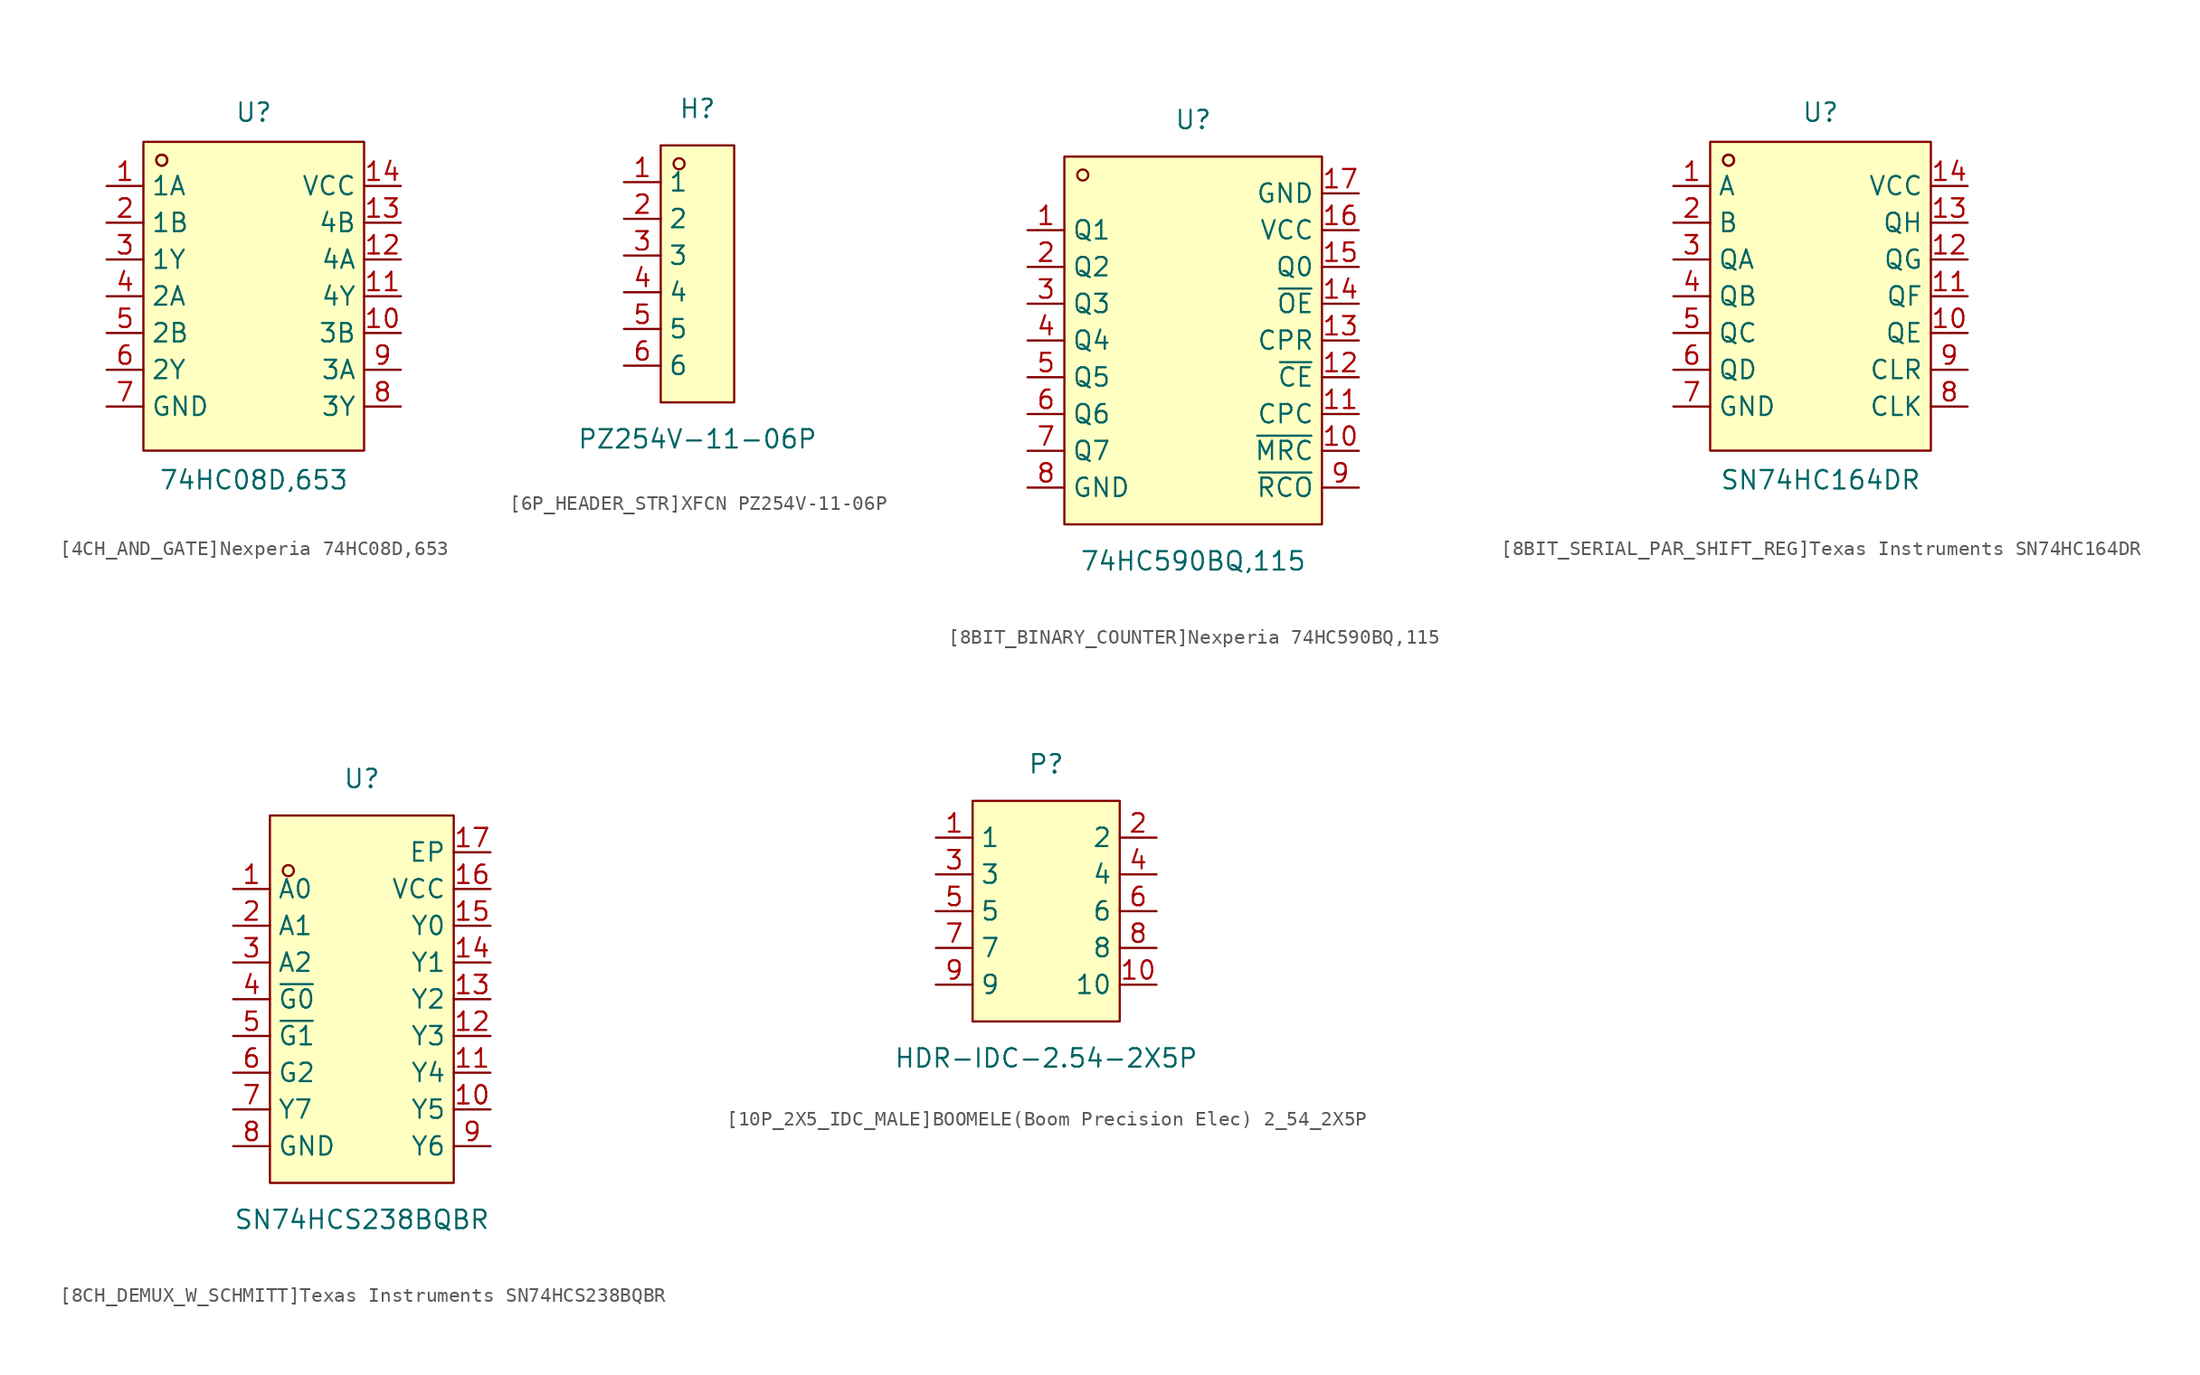
<source format=kicad_sym>
(kicad_symbol_lib
  (version 20220914)
  (generator kicad_symbol_editor)
  (symbol "[4CH_AND_GATE]Nexperia 74HC08D,653"
    (property "Reference" "U"
      (at 0 12.7 0)
      (effects (font (size 1.27 1.27))))
    (property "Value" "74HC08D,653"
      (at 0 -12.7 0)
      (effects (font (size 1.27 1.27))))
    (symbol "[4CH_AND_GATE]Nexperia 74HC08D,653_0_1"
      (rectangle (start -7.62 10.67) (end 7.62 -10.67) (stroke (width 0) (type default)) (fill (type background)))
      (circle (center -6.35 9.4) (radius 0.38) (stroke (width 0) (type default)) (fill (type none)))
      (circle (center -6.35 9.4) (radius 0.38) (stroke (width 0) (type default)) (fill (type none)))
      (pin unspecified line (at -10.16 7.62 0) (length 2.54) (name "1A" (effects (font (size 1.27 1.27)))) (number "1" (effects (font (size 1.27 1.27)))))
      (pin unspecified line (at 10.16 -2.54 180) (length 2.54) (name "3B" (effects (font (size 1.27 1.27)))) (number "10" (effects (font (size 1.27 1.27)))))
      (pin unspecified line (at 10.16 0 180) (length 2.54) (name "4Y" (effects (font (size 1.27 1.27)))) (number "11" (effects (font (size 1.27 1.27)))))
      (pin unspecified line (at 10.16 2.54 180) (length 2.54) (name "4A" (effects (font (size 1.27 1.27)))) (number "12" (effects (font (size 1.27 1.27)))))
      (pin unspecified line (at 10.16 5.08 180) (length 2.54) (name "4B" (effects (font (size 1.27 1.27)))) (number "13" (effects (font (size 1.27 1.27)))))
      (pin unspecified line (at 10.16 7.62 180) (length 2.54) (name "VCC" (effects (font (size 1.27 1.27)))) (number "14" (effects (font (size 1.27 1.27)))))
      (pin unspecified line (at -10.16 5.08 0) (length 2.54) (name "1B" (effects (font (size 1.27 1.27)))) (number "2" (effects (font (size 1.27 1.27)))))
      (pin unspecified line (at -10.16 2.54 0) (length 2.54) (name "1Y" (effects (font (size 1.27 1.27)))) (number "3" (effects (font (size 1.27 1.27)))))
      (pin unspecified line (at -10.16 0 0) (length 2.54) (name "2A" (effects (font (size 1.27 1.27)))) (number "4" (effects (font (size 1.27 1.27)))))
      (pin unspecified line (at -10.16 -2.54 0) (length 2.54) (name "2B" (effects (font (size 1.27 1.27)))) (number "5" (effects (font (size 1.27 1.27)))))
      (pin unspecified line (at -10.16 -5.08 0) (length 2.54) (name "2Y" (effects (font (size 1.27 1.27)))) (number "6" (effects (font (size 1.27 1.27)))))
      (pin unspecified line (at -10.16 -7.62 0) (length 2.54) (name "GND" (effects (font (size 1.27 1.27)))) (number "7" (effects (font (size 1.27 1.27)))))
      (pin unspecified line (at 10.16 -7.62 180) (length 2.54) (name "3Y" (effects (font (size 1.27 1.27)))) (number "8" (effects (font (size 1.27 1.27)))))
      (pin unspecified line (at 10.16 -5.08 180) (length 2.54) (name "3A" (effects (font (size 1.27 1.27)))) (number "9" (effects (font (size 1.27 1.27)))))))
  (symbol "[6P_HEADER_STR]XFCN PZ254V-11-06P"
    (property "Reference" "H"
      (at 0 11.43 0)
      (effects (font (size 1.27 1.27))))
    (property "Value" "PZ254V-11-06P"
      (at 0 -11.43 0)
      (effects (font (size 1.27 1.27))))
    (symbol "[6P_HEADER_STR]XFCN PZ254V-11-06P_0_1"
      (rectangle (start -2.54 8.89) (end 2.54 -8.89) (stroke (width 0) (type default)) (fill (type background)))
      (circle (center -1.27 7.62) (radius 0.38) (stroke (width 0) (type default)) (fill (type none)))
      (pin unspecified line (at -5.08 6.35 0) (length 2.54) (name "1" (effects (font (size 1.27 1.27)))) (number "1" (effects (font (size 1.27 1.27)))))
      (pin unspecified line (at -5.08 3.81 0) (length 2.54) (name "2" (effects (font (size 1.27 1.27)))) (number "2" (effects (font (size 1.27 1.27)))))
      (pin unspecified line (at -5.08 1.27 0) (length 2.54) (name "3" (effects (font (size 1.27 1.27)))) (number "3" (effects (font (size 1.27 1.27)))))
      (pin unspecified line (at -5.08 -1.27 0) (length 2.54) (name "4" (effects (font (size 1.27 1.27)))) (number "4" (effects (font (size 1.27 1.27)))))
      (pin unspecified line (at -5.08 -3.81 0) (length 2.54) (name "5" (effects (font (size 1.27 1.27)))) (number "5" (effects (font (size 1.27 1.27)))))
      (pin unspecified line (at -5.08 -6.35 0) (length 2.54) (name "6" (effects (font (size 1.27 1.27)))) (number "6" (effects (font (size 1.27 1.27)))))))
  (symbol "[8BIT_BINARY_COUNTER]Nexperia 74HC590BQ,115"
    (property "Reference" "U"
      (at 0 15.24 0)
      (effects (font (size 1.27 1.27))))
    (property "Value" "74HC590BQ,115"
      (at 0 -15.24 0)
      (effects (font (size 1.27 1.27))))
    (symbol "[8BIT_BINARY_COUNTER]Nexperia 74HC590BQ,115_0_1"
      (rectangle (start -8.89 12.7) (end 8.89 -12.7) (stroke (width 0) (type default)) (fill (type background)))
      (circle (center -7.62 11.43) (radius 0.38) (stroke (width 0) (type default)) (fill (type none)))
      (pin unspecified line (at -11.43 7.62 0) (length 2.54) (name "Q1" (effects (font (size 1.27 1.27)))) (number "1" (effects (font (size 1.27 1.27)))))
      (pin unspecified line (at 11.43 -7.62 180) (length 2.54) (name "~{MRC}" (effects (font (size 1.27 1.27)))) (number "10" (effects (font (size 1.27 1.27)))))
      (pin unspecified line (at 11.43 -5.08 180) (length 2.54) (name "CPC" (effects (font (size 1.27 1.27)))) (number "11" (effects (font (size 1.27 1.27)))))
      (pin unspecified line (at 11.43 -2.54 180) (length 2.54) (name "~{CE}" (effects (font (size 1.27 1.27)))) (number "12" (effects (font (size 1.27 1.27)))))
      (pin unspecified line (at 11.43 0 180) (length 2.54) (name "CPR" (effects (font (size 1.27 1.27)))) (number "13" (effects (font (size 1.27 1.27)))))
      (pin unspecified line (at 11.43 2.54 180) (length 2.54) (name "~{OE}" (effects (font (size 1.27 1.27)))) (number "14" (effects (font (size 1.27 1.27)))))
      (pin unspecified line (at 11.43 5.08 180) (length 2.54) (name "Q0" (effects (font (size 1.27 1.27)))) (number "15" (effects (font (size 1.27 1.27)))))
      (pin unspecified line (at 11.43 7.62 180) (length 2.54) (name "VCC" (effects (font (size 1.27 1.27)))) (number "16" (effects (font (size 1.27 1.27)))))
      (pin unspecified line (at 11.43 10.16 180) (length 2.54) (name "GND" (effects (font (size 1.27 1.27)))) (number "17" (effects (font (size 1.27 1.27)))))
      (pin unspecified line (at -11.43 5.08 0) (length 2.54) (name "Q2" (effects (font (size 1.27 1.27)))) (number "2" (effects (font (size 1.27 1.27)))))
      (pin unspecified line (at -11.43 2.54 0) (length 2.54) (name "Q3" (effects (font (size 1.27 1.27)))) (number "3" (effects (font (size 1.27 1.27)))))
      (pin unspecified line (at -11.43 0 0) (length 2.54) (name "Q4" (effects (font (size 1.27 1.27)))) (number "4" (effects (font (size 1.27 1.27)))))
      (pin unspecified line (at -11.43 -2.54 0) (length 2.54) (name "Q5" (effects (font (size 1.27 1.27)))) (number "5" (effects (font (size 1.27 1.27)))))
      (pin unspecified line (at -11.43 -5.08 0) (length 2.54) (name "Q6" (effects (font (size 1.27 1.27)))) (number "6" (effects (font (size 1.27 1.27)))))
      (pin unspecified line (at -11.43 -7.62 0) (length 2.54) (name "Q7" (effects (font (size 1.27 1.27)))) (number "7" (effects (font (size 1.27 1.27)))))
      (pin unspecified line (at -11.43 -10.16 0) (length 2.54) (name "GND" (effects (font (size 1.27 1.27)))) (number "8" (effects (font (size 1.27 1.27)))))
      (pin unspecified line (at 11.43 -10.16 180) (length 2.54) (name "~{RCO}" (effects (font (size 1.27 1.27)))) (number "9" (effects (font (size 1.27 1.27)))))))
  (symbol "[8BIT_SERIAL_PAR_SHIFT_REG]Texas Instruments SN74HC164DR"
    (property "Reference" "U"
      (at 0 12.7 0)
      (effects (font (size 1.27 1.27))))
    (property "Value" "SN74HC164DR"
      (at 0 -12.7 0)
      (effects (font (size 1.27 1.27))))
    (symbol "[8BIT_SERIAL_PAR_SHIFT_REG]Texas Instruments SN74HC164DR_0_1"
      (rectangle (start -7.62 10.67) (end 7.62 -10.67) (stroke (width 0) (type default)) (fill (type background)))
      (circle (center -6.35 9.4) (radius 0.38) (stroke (width 0) (type default)) (fill (type none)))
      (circle (center -6.35 9.4) (radius 0.38) (stroke (width 0) (type default)) (fill (type none)))
      (pin unspecified line (at -10.16 7.62 0) (length 2.54) (name "A" (effects (font (size 1.27 1.27)))) (number "1" (effects (font (size 1.27 1.27)))))
      (pin unspecified line (at 10.16 -2.54 180) (length 2.54) (name "QE" (effects (font (size 1.27 1.27)))) (number "10" (effects (font (size 1.27 1.27)))))
      (pin unspecified line (at 10.16 0 180) (length 2.54) (name "QF" (effects (font (size 1.27 1.27)))) (number "11" (effects (font (size 1.27 1.27)))))
      (pin unspecified line (at 10.16 2.54 180) (length 2.54) (name "QG" (effects (font (size 1.27 1.27)))) (number "12" (effects (font (size 1.27 1.27)))))
      (pin unspecified line (at 10.16 5.08 180) (length 2.54) (name "QH" (effects (font (size 1.27 1.27)))) (number "13" (effects (font (size 1.27 1.27)))))
      (pin unspecified line (at 10.16 7.62 180) (length 2.54) (name "VCC" (effects (font (size 1.27 1.27)))) (number "14" (effects (font (size 1.27 1.27)))))
      (pin unspecified line (at -10.16 5.08 0) (length 2.54) (name "B" (effects (font (size 1.27 1.27)))) (number "2" (effects (font (size 1.27 1.27)))))
      (pin unspecified line (at -10.16 2.54 0) (length 2.54) (name "QA" (effects (font (size 1.27 1.27)))) (number "3" (effects (font (size 1.27 1.27)))))
      (pin unspecified line (at -10.16 0 0) (length 2.54) (name "QB" (effects (font (size 1.27 1.27)))) (number "4" (effects (font (size 1.27 1.27)))))
      (pin unspecified line (at -10.16 -2.54 0) (length 2.54) (name "QC" (effects (font (size 1.27 1.27)))) (number "5" (effects (font (size 1.27 1.27)))))
      (pin unspecified line (at -10.16 -5.08 0) (length 2.54) (name "QD" (effects (font (size 1.27 1.27)))) (number "6" (effects (font (size 1.27 1.27)))))
      (pin unspecified line (at -10.16 -7.62 0) (length 2.54) (name "GND" (effects (font (size 1.27 1.27)))) (number "7" (effects (font (size 1.27 1.27)))))
      (pin unspecified line (at 10.16 -7.62 180) (length 2.54) (name "CLK" (effects (font (size 1.27 1.27)))) (number "8" (effects (font (size 1.27 1.27)))))
      (pin unspecified line (at 10.16 -5.08 180) (length 2.54) (name "CLR" (effects (font (size 1.27 1.27)))) (number "9" (effects (font (size 1.27 1.27)))))))
  (symbol "[8CH_DEMUX_W_SCHMITT]Texas Instruments SN74HCS238BQBR"
    (property "Reference" "U"
      (at 0 15.24 0)
      (effects (font (size 1.27 1.27))))
    (property "Value" "SN74HCS238BQBR"
      (at 0 -15.24 0)
      (effects (font (size 1.27 1.27))))
    (symbol "[8CH_DEMUX_W_SCHMITT]Texas Instruments SN74HCS238BQBR_0_1"
      (rectangle (start -6.35 12.7) (end 6.35 -12.7) (stroke (width 0) (type default)) (fill (type background)))
      (circle (center -5.08 8.89) (radius 0.38) (stroke (width 0) (type default)) (fill (type none)))
      (pin unspecified line (at -8.89 7.62 0) (length 2.54) (name "A0" (effects (font (size 1.27 1.27)))) (number "1" (effects (font (size 1.27 1.27)))))
      (pin unspecified line (at 8.89 -7.62 180) (length 2.54) (name "Y5" (effects (font (size 1.27 1.27)))) (number "10" (effects (font (size 1.27 1.27)))))
      (pin unspecified line (at 8.89 -5.08 180) (length 2.54) (name "Y4" (effects (font (size 1.27 1.27)))) (number "11" (effects (font (size 1.27 1.27)))))
      (pin unspecified line (at 8.89 -2.54 180) (length 2.54) (name "Y3" (effects (font (size 1.27 1.27)))) (number "12" (effects (font (size 1.27 1.27)))))
      (pin unspecified line (at 8.89 0 180) (length 2.54) (name "Y2" (effects (font (size 1.27 1.27)))) (number "13" (effects (font (size 1.27 1.27)))))
      (pin unspecified line (at 8.89 2.54 180) (length 2.54) (name "Y1" (effects (font (size 1.27 1.27)))) (number "14" (effects (font (size 1.27 1.27)))))
      (pin unspecified line (at 8.89 5.08 180) (length 2.54) (name "Y0" (effects (font (size 1.27 1.27)))) (number "15" (effects (font (size 1.27 1.27)))))
      (pin unspecified line (at 8.89 7.62 180) (length 2.54) (name "VCC" (effects (font (size 1.27 1.27)))) (number "16" (effects (font (size 1.27 1.27)))))
      (pin unspecified line (at 8.89 10.16 180) (length 2.54) (name "EP" (effects (font (size 1.27 1.27)))) (number "17" (effects (font (size 1.27 1.27)))))
      (pin unspecified line (at -8.89 5.08 0) (length 2.54) (name "A1" (effects (font (size 1.27 1.27)))) (number "2" (effects (font (size 1.27 1.27)))))
      (pin unspecified line (at -8.89 2.54 0) (length 2.54) (name "A2" (effects (font (size 1.27 1.27)))) (number "3" (effects (font (size 1.27 1.27)))))
      (pin unspecified line (at -8.89 0 0) (length 2.54) (name "~{G0}" (effects (font (size 1.27 1.27)))) (number "4" (effects (font (size 1.27 1.27)))))
      (pin unspecified line (at -8.89 -2.54 0) (length 2.54) (name "~{G1}" (effects (font (size 1.27 1.27)))) (number "5" (effects (font (size 1.27 1.27)))))
      (pin unspecified line (at -8.89 -5.08 0) (length 2.54) (name "G2" (effects (font (size 1.27 1.27)))) (number "6" (effects (font (size 1.27 1.27)))))
      (pin unspecified line (at -8.89 -7.62 0) (length 2.54) (name "Y7" (effects (font (size 1.27 1.27)))) (number "7" (effects (font (size 1.27 1.27)))))
      (pin unspecified line (at -8.89 -10.16 0) (length 2.54) (name "GND" (effects (font (size 1.27 1.27)))) (number "8" (effects (font (size 1.27 1.27)))))
      (pin unspecified line (at 8.89 -10.16 180) (length 2.54) (name "Y6" (effects (font (size 1.27 1.27)))) (number "9" (effects (font (size 1.27 1.27)))))))
  (symbol "[10P_2X5_IDC_MALE]BOOMELE(Boom Precision Elec) 2_54_2X5P"
    (property "Reference" "P"
      (at 0 10.16 0)
      (effects (font (size 1.27 1.27))))
    (property "Value" "HDR-IDC-2.54-2X5P"
      (at 0 -10.16 0)
      (effects (font (size 1.27 1.27))))
    (symbol "[10P_2X5_IDC_MALE]BOOMELE(Boom Precision Elec) 2_54_2X5P_0_1"
      (rectangle (start -5.08 7.62) (end 5.08 -7.62) (stroke (width 0) (type default)) (fill (type background)))
      (pin unspecified line (at -7.62 5.08 0) (length 2.54) (name "1" (effects (font (size 1.27 1.27)))) (number "1" (effects (font (size 1.27 1.27)))))
      (pin unspecified line (at 7.62 -5.08 180) (length 2.54) (name "10" (effects (font (size 1.27 1.27)))) (number "10" (effects (font (size 1.27 1.27)))))
      (pin unspecified line (at 7.62 5.08 180) (length 2.54) (name "2" (effects (font (size 1.27 1.27)))) (number "2" (effects (font (size 1.27 1.27)))))
      (pin unspecified line (at -7.62 2.54 0) (length 2.54) (name "3" (effects (font (size 1.27 1.27)))) (number "3" (effects (font (size 1.27 1.27)))))
      (pin unspecified line (at 7.62 2.54 180) (length 2.54) (name "4" (effects (font (size 1.27 1.27)))) (number "4" (effects (font (size 1.27 1.27)))))
      (pin unspecified line (at -7.62 0 0) (length 2.54) (name "5" (effects (font (size 1.27 1.27)))) (number "5" (effects (font (size 1.27 1.27)))))
      (pin unspecified line (at 7.62 0 180) (length 2.54) (name "6" (effects (font (size 1.27 1.27)))) (number "6" (effects (font (size 1.27 1.27)))))
      (pin unspecified line (at -7.62 -2.54 0) (length 2.54) (name "7" (effects (font (size 1.27 1.27)))) (number "7" (effects (font (size 1.27 1.27)))))
      (pin unspecified line (at 7.62 -2.54 180) (length 2.54) (name "8" (effects (font (size 1.27 1.27)))) (number "8" (effects (font (size 1.27 1.27)))))
      (pin unspecified line (at -7.62 -5.08 0) (length 2.54) (name "9" (effects (font (size 1.27 1.27)))) (number "9" (effects (font (size 1.27 1.27))))))))
</source>
